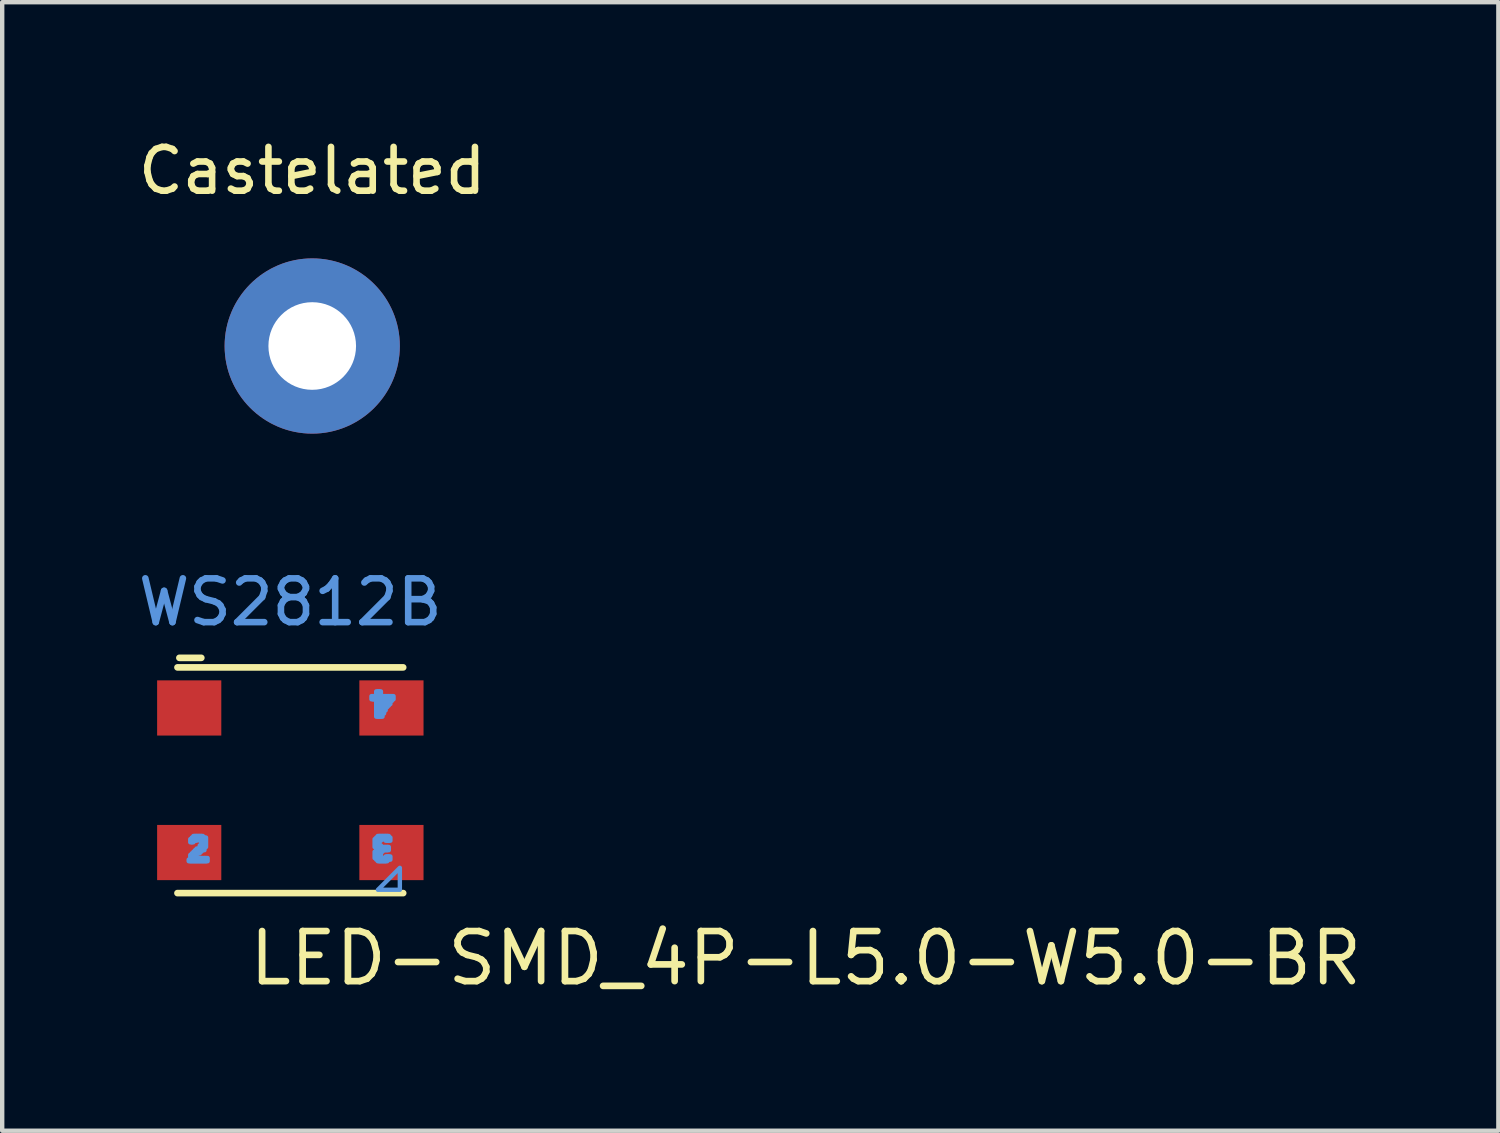
<source format=kicad_pcb>
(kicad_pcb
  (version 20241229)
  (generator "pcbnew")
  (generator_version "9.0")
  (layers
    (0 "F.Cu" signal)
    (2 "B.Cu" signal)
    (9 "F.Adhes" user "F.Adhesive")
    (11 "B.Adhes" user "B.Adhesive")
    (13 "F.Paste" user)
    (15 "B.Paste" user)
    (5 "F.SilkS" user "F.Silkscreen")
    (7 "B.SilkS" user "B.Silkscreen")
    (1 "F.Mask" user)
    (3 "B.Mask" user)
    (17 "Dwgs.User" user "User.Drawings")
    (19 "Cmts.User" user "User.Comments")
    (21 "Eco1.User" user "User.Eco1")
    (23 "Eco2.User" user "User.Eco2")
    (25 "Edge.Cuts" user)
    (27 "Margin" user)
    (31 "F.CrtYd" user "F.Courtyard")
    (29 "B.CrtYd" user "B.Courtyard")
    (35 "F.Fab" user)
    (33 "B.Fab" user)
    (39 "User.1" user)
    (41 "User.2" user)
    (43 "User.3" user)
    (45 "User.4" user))
  (footprint "Castelated"
    (layer "F.Cu")
    (at 4.077 4.848)
    (property "Reference" "Castelated" (at 0 -4 0) (unlocked yes) (layer "F.SilkS") (effects (font (size 1 1) (thickness 0.15))))
    (pad "1" thru_hole circle (at 0 0) (size 4 4) (drill 2) (layers "*.Cu" "F.Mask")))
  (footprint "LED-SMD_4P-L5.0-W5.0-BR"
    (layer "F.Cu")
    (at 3.577 17.808)
    (property "Reference" "LED-SMD_4P-L5.0-W5.0-BR" (at -1.016 1.016 180) (layer "F.SilkS") (effects (font (size 1.143 1.143) (thickness 0.152)) (justify left)))
    (attr smd)
    (fp_line (start -2.032 -5.842) (end -2.532 -5.842) (stroke (width 0.152) (type solid)) (layer "F.SilkS"))
    (fp_line (start 2.576 -5.624) (end -2.576 -5.624) (stroke (width 0.152) (type solid)) (layer "F.SilkS"))
    (fp_line (start 2.576 -0.472) (end -2.576 -0.472) (stroke (width 0.152) (type solid)) (layer "F.SilkS"))
    (fp_poly (pts (xy -2.284 -1.2) (xy -2.32 -1.2) (xy -2.32 -1.236) (xy -2.284 -1.236)) (stroke (width 0.1) (type solid)) (fill no) (layer "Cmts.User"))
    (fp_poly (pts (xy -2.248 -1.632) (xy -2.284 -1.632) (xy -2.284 -1.704) (xy -2.248 -1.704)) (stroke (width 0.1) (type solid)) (fill no) (layer "Cmts.User"))
    (fp_poly (pts (xy -2.248 -1.2) (xy -2.284 -1.2) (xy -2.284 -1.344) (xy -2.248 -1.344)) (stroke (width 0.1) (type solid)) (fill no) (layer "Cmts.User"))
    (fp_poly (pts (xy -2.212 -1.632) (xy -2.248 -1.632) (xy -2.248 -1.74) (xy -2.212 -1.74)) (stroke (width 0.1) (type solid)) (fill no) (layer "Cmts.User"))
    (fp_poly (pts (xy -2.212 -1.2) (xy -2.248 -1.2) (xy -2.248 -1.38) (xy -2.212 -1.38)) (stroke (width 0.1) (type solid)) (fill no) (layer "Cmts.User"))
    (fp_poly (pts (xy -2.176 -1.668) (xy -2.212 -1.668) (xy -2.212 -1.776) (xy -2.176 -1.776)) (stroke (width 0.1) (type solid)) (fill no) (layer "Cmts.User"))
    (fp_poly (pts (xy -2.176 -1.2) (xy -2.212 -1.2) (xy -2.212 -1.416) (xy -2.176 -1.416)) (stroke (width 0.1) (type solid)) (fill no) (layer "Cmts.User"))
    (fp_poly (pts (xy -2.14 -1.668) (xy -2.176 -1.668) (xy -2.176 -1.776) (xy -2.14 -1.776)) (stroke (width 0.1) (type solid)) (fill no) (layer "Cmts.User"))
    (fp_poly (pts (xy -2.14 -1.344) (xy -2.176 -1.344) (xy -2.176 -1.452) (xy -2.14 -1.452)) (stroke (width 0.1) (type solid)) (fill no) (layer "Cmts.User"))
    (fp_poly (pts (xy -2.14 -1.2) (xy -2.176 -1.2) (xy -2.176 -1.272) (xy -2.14 -1.272)) (stroke (width 0.1) (type solid)) (fill no) (layer "Cmts.User"))
    (fp_poly (pts (xy -2.104 -1.704) (xy -2.14 -1.704) (xy -2.14 -1.776) (xy -2.104 -1.776)) (stroke (width 0.1) (type solid)) (fill no) (layer "Cmts.User"))
    (fp_poly (pts (xy -2.104 -1.38) (xy -2.14 -1.38) (xy -2.14 -1.488) (xy -2.104 -1.488)) (stroke (width 0.1) (type solid)) (fill no) (layer "Cmts.User"))
    (fp_poly (pts (xy -2.104 -1.2) (xy -2.14 -1.2) (xy -2.14 -1.272) (xy -2.104 -1.272)) (stroke (width 0.1) (type solid)) (fill no) (layer "Cmts.User"))
    (fp_poly (pts (xy -2.068 -1.704) (xy -2.104 -1.704) (xy -2.104 -1.776) (xy -2.068 -1.776)) (stroke (width 0.1) (type solid)) (fill no) (layer "Cmts.User"))
    (fp_poly (pts (xy -2.068 -1.38) (xy -2.104 -1.38) (xy -2.104 -1.488) (xy -2.068 -1.488)) (stroke (width 0.1) (type solid)) (fill no) (layer "Cmts.User"))
    (fp_poly (pts (xy -2.068 -1.2) (xy -2.104 -1.2) (xy -2.104 -1.272) (xy -2.068 -1.272)) (stroke (width 0.1) (type solid)) (fill no) (layer "Cmts.User"))
    (fp_poly (pts (xy -2.032 -1.668) (xy -2.068 -1.668) (xy -2.068 -1.776) (xy -2.032 -1.776)) (stroke (width 0.1) (type solid)) (fill no) (layer "Cmts.User"))
    (fp_poly (pts (xy -2.032 -1.416) (xy -2.068 -1.416) (xy -2.068 -1.56) (xy -2.032 -1.56)) (stroke (width 0.1) (type solid)) (fill no) (layer "Cmts.User"))
    (fp_poly (pts (xy -2.032 -1.2) (xy -2.068 -1.2) (xy -2.068 -1.272) (xy -2.032 -1.272)) (stroke (width 0.1) (type solid)) (fill no) (layer "Cmts.User"))
    (fp_poly (pts (xy -1.996 -1.452) (xy -2.032 -1.452) (xy -2.032 -1.776) (xy -1.996 -1.776)) (stroke (width 0.1) (type solid)) (fill no) (layer "Cmts.User"))
    (fp_poly (pts (xy -1.996 -1.2) (xy -2.032 -1.2) (xy -2.032 -1.272) (xy -1.996 -1.272)) (stroke (width 0.1) (type solid)) (fill no) (layer "Cmts.User"))
    (fp_poly (pts (xy -1.96 -1.452) (xy -1.996 -1.452) (xy -1.996 -1.74) (xy -1.96 -1.74)) (stroke (width 0.1) (type solid)) (fill no) (layer "Cmts.User"))
    (fp_poly (pts (xy -1.96 -1.2) (xy -1.996 -1.2) (xy -1.996 -1.272) (xy -1.96 -1.272)) (stroke (width 0.1) (type solid)) (fill no) (layer "Cmts.User"))
    (fp_poly (pts (xy -1.924 -1.524) (xy -1.96 -1.524) (xy -1.96 -1.74) (xy -1.924 -1.74)) (stroke (width 0.1) (type solid)) (fill no) (layer "Cmts.User"))
    (fp_poly (pts (xy -1.924 -1.2) (xy -1.96 -1.2) (xy -1.96 -1.272) (xy -1.924 -1.272)) (stroke (width 0.1) (type solid)) (fill no) (layer "Cmts.User"))
    (fp_poly (pts (xy -1.888 -1.2) (xy -1.924 -1.2) (xy -1.924 -1.272) (xy -1.888 -1.272)) (stroke (width 0.1) (type solid)) (fill no) (layer "Cmts.User"))
    (fp_poly (pts (xy 1.888 -4.896) (xy 1.852 -4.896) (xy 1.852 -4.968) (xy 1.888 -4.968)) (stroke (width 0.1) (type solid)) (fill no) (layer "Cmts.User"))
    (fp_poly (pts (xy 1.924 -4.896) (xy 1.888 -4.896) (xy 1.888 -4.968) (xy 1.924 -4.968)) (stroke (width 0.1) (type solid)) (fill no) (layer "Cmts.User"))
    (fp_poly (pts (xy 1.96 -4.896) (xy 1.924 -4.896) (xy 1.924 -4.968) (xy 1.96 -4.968)) (stroke (width 0.1) (type solid)) (fill no) (layer "Cmts.User"))
    (fp_poly (pts (xy 1.96 -1.524) (xy 1.924 -1.524) (xy 1.924 -1.704) (xy 1.96 -1.704)) (stroke (width 0.1) (type solid)) (fill no) (layer "Cmts.User"))
    (fp_poly (pts (xy 1.96 -1.272) (xy 1.924 -1.272) (xy 1.924 -1.416) (xy 1.96 -1.416)) (stroke (width 0.1) (type solid)) (fill no) (layer "Cmts.User"))
    (fp_poly (pts (xy 1.996 -4.5) (xy 1.96 -4.5) (xy 1.96 -5.076) (xy 1.996 -5.076)) (stroke (width 0.1) (type solid)) (fill no) (layer "Cmts.User"))
    (fp_poly (pts (xy 1.996 -1.488) (xy 1.96 -1.488) (xy 1.96 -1.74) (xy 1.996 -1.74)) (stroke (width 0.1) (type solid)) (fill no) (layer "Cmts.User"))
    (fp_poly (pts (xy 1.996 -1.236) (xy 1.96 -1.236) (xy 1.96 -1.452) (xy 1.996 -1.452)) (stroke (width 0.1) (type solid)) (fill no) (layer "Cmts.User"))
    (fp_poly (pts (xy 2.032 -4.5) (xy 1.996 -4.5) (xy 1.996 -5.076) (xy 2.032 -5.076)) (stroke (width 0.1) (type solid)) (fill no) (layer "Cmts.User"))
    (fp_poly (pts (xy 2.032 -1.2) (xy 1.996 -1.2) (xy 1.996 -1.776) (xy 2.032 -1.776)) (stroke (width 0.1) (type solid)) (fill no) (layer "Cmts.User"))
    (fp_poly (pts (xy 2.068 -4.5) (xy 2.032 -4.5) (xy 2.032 -5.076) (xy 2.068 -5.076)) (stroke (width 0.1) (type solid)) (fill no) (layer "Cmts.User"))
    (fp_poly (pts (xy 2.068 -1.668) (xy 2.032 -1.668) (xy 2.032 -1.776) (xy 2.068 -1.776)) (stroke (width 0.1) (type solid)) (fill no) (layer "Cmts.User"))
    (fp_poly (pts (xy 2.068 -1.2) (xy 2.032 -1.2) (xy 2.032 -1.56) (xy 2.068 -1.56)) (stroke (width 0.1) (type solid)) (fill no) (layer "Cmts.User"))
    (fp_poly (pts (xy 2.104 -4.896) (xy 2.068 -4.896) (xy 2.068 -4.968) (xy 2.104 -4.968)) (stroke (width 0.1) (type solid)) (fill no) (layer "Cmts.User"))
    (fp_poly (pts (xy 2.104 -4.5) (xy 2.068 -4.5) (xy 2.068 -4.716) (xy 2.104 -4.716)) (stroke (width 0.1) (type solid)) (fill no) (layer "Cmts.User"))
    (fp_poly (pts (xy 2.104 -1.704) (xy 2.068 -1.704) (xy 2.068 -1.776) (xy 2.104 -1.776)) (stroke (width 0.1) (type solid)) (fill no) (layer "Cmts.User"))
    (fp_poly (pts (xy 2.104 -1.416) (xy 2.068 -1.416) (xy 2.068 -1.524) (xy 2.104 -1.524)) (stroke (width 0.1) (type solid)) (fill no) (layer "Cmts.User"))
    (fp_poly (pts (xy 2.104 -1.2) (xy 2.068 -1.2) (xy 2.068 -1.272) (xy 2.104 -1.272)) (stroke (width 0.1) (type solid)) (fill no) (layer "Cmts.User"))
    (fp_poly (pts (xy 2.14 -4.896) (xy 2.104 -4.896) (xy 2.104 -4.968) (xy 2.14 -4.968)) (stroke (width 0.1) (type solid)) (fill no) (layer "Cmts.User"))
    (fp_poly (pts (xy 2.14 -4.572) (xy 2.104 -4.572) (xy 2.104 -4.788) (xy 2.14 -4.788)) (stroke (width 0.1) (type solid)) (fill no) (layer "Cmts.User"))
    (fp_poly (pts (xy 2.14 -1.704) (xy 2.104 -1.704) (xy 2.104 -1.776) (xy 2.14 -1.776)) (stroke (width 0.1) (type solid)) (fill no) (layer "Cmts.User"))
    (fp_poly (pts (xy 2.14 -1.452) (xy 2.104 -1.452) (xy 2.104 -1.524) (xy 2.14 -1.524)) (stroke (width 0.1) (type solid)) (fill no) (layer "Cmts.User"))
    (fp_poly (pts (xy 2.14 -1.2) (xy 2.104 -1.2) (xy 2.104 -1.272) (xy 2.14 -1.272)) (stroke (width 0.1) (type solid)) (fill no) (layer "Cmts.User"))
    (fp_poly (pts (xy 2.176 -4.896) (xy 2.14 -4.896) (xy 2.14 -4.968) (xy 2.176 -4.968)) (stroke (width 0.1) (type solid)) (fill no) (layer "Cmts.User"))
    (fp_poly (pts (xy 2.176 -4.644) (xy 2.14 -4.644) (xy 2.14 -4.824) (xy 2.176 -4.824)) (stroke (width 0.1) (type solid)) (fill no) (layer "Cmts.User"))
    (fp_poly (pts (xy 2.176 -1.704) (xy 2.14 -1.704) (xy 2.14 -1.776) (xy 2.176 -1.776)) (stroke (width 0.1) (type solid)) (fill no) (layer "Cmts.User"))
    (fp_poly (pts (xy 2.176 -1.452) (xy 2.14 -1.452) (xy 2.14 -1.524) (xy 2.176 -1.524)) (stroke (width 0.1) (type solid)) (fill no) (layer "Cmts.User"))
    (fp_poly (pts (xy 2.176 -1.2) (xy 2.14 -1.2) (xy 2.14 -1.272) (xy 2.176 -1.272)) (stroke (width 0.1) (type solid)) (fill no) (layer "Cmts.User"))
    (fp_poly (pts (xy 2.212 -4.716) (xy 2.176 -4.716) (xy 2.176 -4.968) (xy 2.212 -4.968)) (stroke (width 0.1) (type solid)) (fill no) (layer "Cmts.User"))
    (fp_poly (pts (xy 2.212 -1.668) (xy 2.176 -1.668) (xy 2.176 -1.776) (xy 2.212 -1.776)) (stroke (width 0.1) (type solid)) (fill no) (layer "Cmts.User"))
    (fp_poly (pts (xy 2.212 -1.452) (xy 2.176 -1.452) (xy 2.176 -1.524) (xy 2.212 -1.524)) (stroke (width 0.1) (type solid)) (fill no) (layer "Cmts.User"))
    (fp_poly (pts (xy 2.212 -1.2) (xy 2.176 -1.2) (xy 2.176 -1.308) (xy 2.212 -1.308)) (stroke (width 0.1) (type solid)) (fill no) (layer "Cmts.User"))
    (fp_poly (pts (xy 2.248 -4.752) (xy 2.212 -4.752) (xy 2.212 -4.968) (xy 2.248 -4.968)) (stroke (width 0.1) (type solid)) (fill no) (layer "Cmts.User"))
    (fp_poly (pts (xy 2.248 -1.668) (xy 2.212 -1.668) (xy 2.212 -1.776) (xy 2.248 -1.776)) (stroke (width 0.1) (type solid)) (fill no) (layer "Cmts.User"))
    (fp_poly (pts (xy 2.248 -1.452) (xy 2.212 -1.452) (xy 2.212 -1.524) (xy 2.248 -1.524)) (stroke (width 0.1) (type solid)) (fill no) (layer "Cmts.User"))
    (fp_poly (pts (xy 2.248 -1.236) (xy 2.212 -1.236) (xy 2.212 -1.308) (xy 2.248 -1.308)) (stroke (width 0.1) (type solid)) (fill no) (layer "Cmts.User"))
    (fp_poly (pts (xy 2.284 -4.788) (xy 2.248 -4.788) (xy 2.248 -4.968) (xy 2.284 -4.968)) (stroke (width 0.1) (type solid)) (fill no) (layer "Cmts.User"))
    (fp_poly (pts (xy 2.284 -1.668) (xy 2.248 -1.668) (xy 2.248 -1.74) (xy 2.284 -1.74)) (stroke (width 0.1) (type solid)) (fill no) (layer "Cmts.User"))
    (fp_poly (pts (xy 2.284 -1.236) (xy 2.248 -1.236) (xy 2.248 -1.308) (xy 2.284 -1.308)) (stroke (width 0.1) (type solid)) (fill no) (layer "Cmts.User"))
    (fp_poly (pts (xy 2.32 -4.86) (xy 2.284 -4.86) (xy 2.284 -4.968) (xy 2.32 -4.968)) (stroke (width 0.1) (type solid)) (fill no) (layer "Cmts.User"))
    (fp_poly (pts (xy 2.356 -4.896) (xy 2.32 -4.896) (xy 2.32 -4.968) (xy 2.356 -4.968)) (stroke (width 0.1) (type solid)) (fill no) (layer "Cmts.User"))
    (fp_poly (pts (xy 2.5 -0.548) (xy 2 -0.548) (xy 2.5 -1.048) (xy 2.5 -0.548)) (stroke (width 0.1) (type solid)) (fill no) (layer "Cmts.User"))
    (fp_text user "WS2812B" (at 0 -7.112 180) (layer "Cmts.User") (effects (font (size 1 1) (thickness 0.15))))
    (pad "1" smd rect (at -2.308 -4.698 180) (size 1.465 1.26) (layers "F.Cu" "F.Mask" "F.Paste"))
    (pad "2" smd rect (at -2.308 -1.398 180) (size 1.465 1.26) (layers "F.Cu" "F.Mask" "F.Paste"))
    (pad "3" smd rect (at 2.308 -1.398 180) (size 1.465 1.26) (layers "F.Cu" "F.Mask" "F.Paste"))
    (pad "4" smd rect (at 2.308 -4.698 180) (size 1.465 1.26) (layers "F.Cu" "F.Mask" "F.Paste")))
  (gr_rect
    (start -3 -3)
    (end 31.152 22.76)
    (stroke (width 0.1) (type default))
    (fill no)
    (layer "Edge.Cuts")))
</source>
